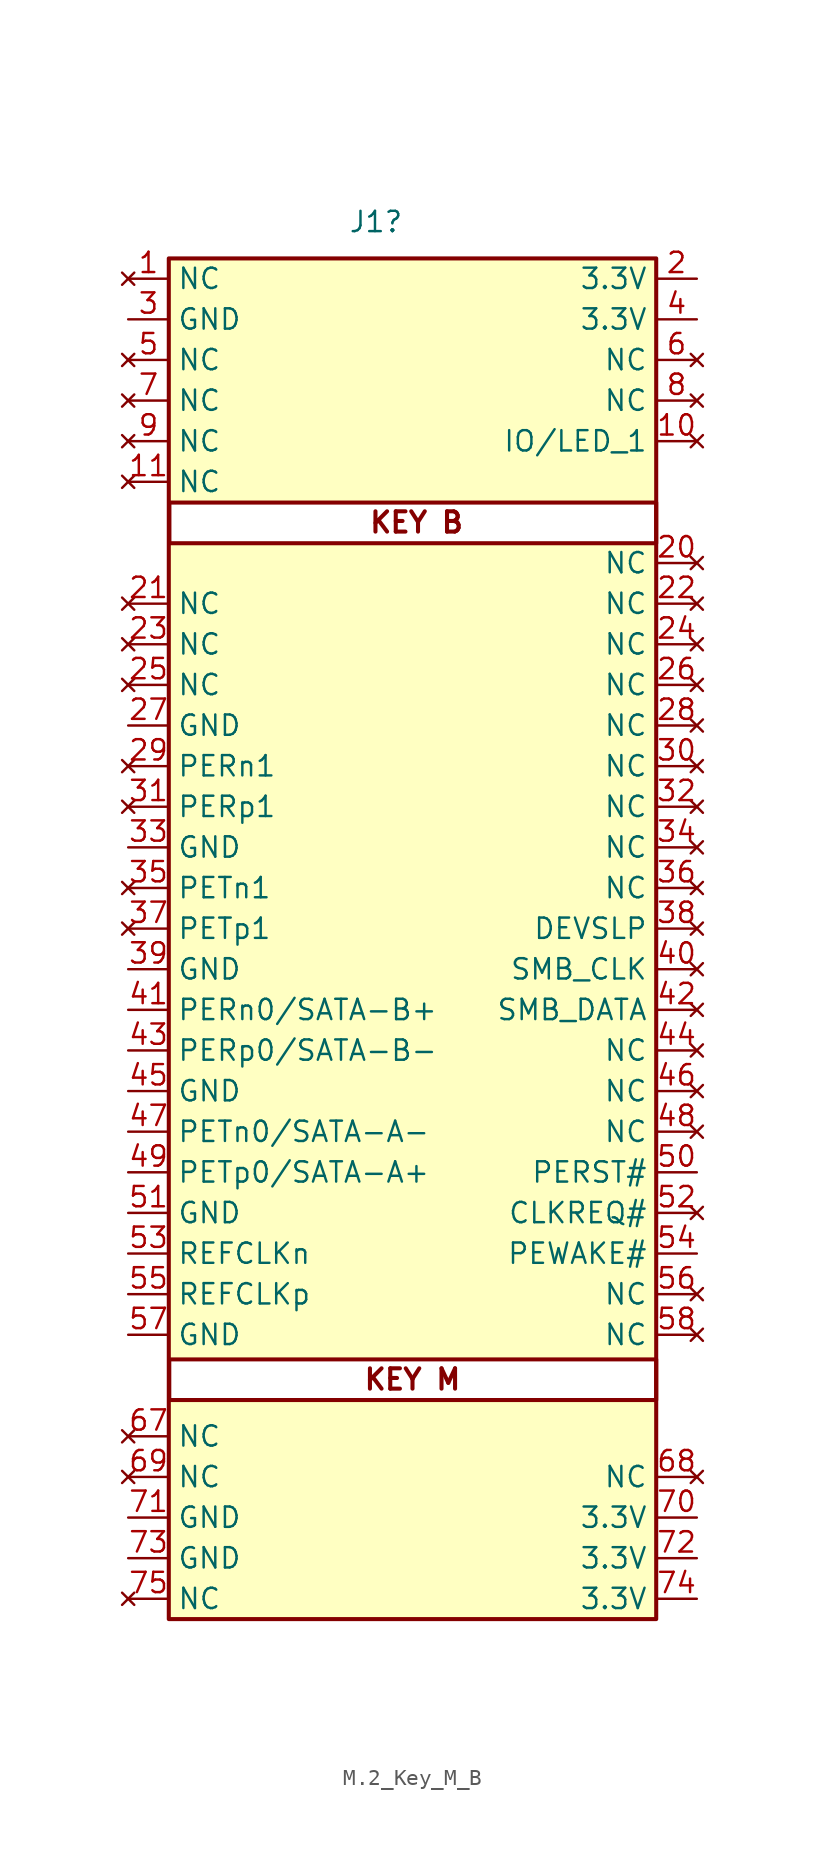
<source format=kicad_sym>
(kicad_symbol_lib
  (version 20241209)
  (generator "kicad_symbol_editor")
  (generator_version "9.0")
  (symbol "M.2_Key_M_B"
    (property "Reference" "J1"
      (at 5.334 2.286 0)
      (effects (font (size 1.27 1.27))))
    (symbol "M.2_Key_M_B_0_1"
      (rectangle (start -7.62 0) (end 22.86 -85.09) (stroke (width 0.254) (type default)) (fill (type background))))
    (symbol "M.2_Key_M_B_1_1"
      (rectangle (start -7.59 -68.85) (end 22.86 -71.39) (stroke (width 0.254) (type solid)) (fill (type color) (color 255 255 255 1)))
      (rectangle (start -7.582 -15.27) (end 22.86 -17.81) (stroke (width 0.254) (type solid)) (fill (type color) (color 255 255 255 1)))
      (text "KEY M" (at 7.62 -70.104 0) (effects (font (size 1.27 1.27) (thickness 0.254) (bold yes))))
      (text "KEY B" (at 7.874 -16.51 0) (effects (font (size 1.27 1.27) (thickness 0.254) (bold yes))))
      (pin no_connect line (at -10.16 -1.27 0) (length 2.54) (name "NC" (effects (font (size 1.27 1.27)))) (number "1" (effects (font (size 1.27 1.27)))))
      (pin power_out line (at -10.16 -3.81 0) (length 2.54) (name "GND" (effects (font (size 1.27 1.27)))) (number "3" (effects (font (size 1.27 1.27)))))
      (pin no_connect line (at -10.16 -6.35 0) (length 2.54) (name "NC" (effects (font (size 1.27 1.27)))) (number "5" (effects (font (size 1.27 1.27)))))
      (pin no_connect line (at -10.16 -8.89 0) (length 2.54) (name "NC" (effects (font (size 1.27 1.27)))) (number "7" (effects (font (size 1.27 1.27)))))
      (pin no_connect line (at -10.16 -11.43 0) (length 2.54) (name "NC" (effects (font (size 1.27 1.27)))) (number "9" (effects (font (size 1.27 1.27)))))
      (pin no_connect line (at -10.16 -13.97 0) (length 2.54) (name "NC" (effects (font (size 1.27 1.27)))) (number "11" (effects (font (size 1.27 1.27)))))
      (pin no_connect line (at -10.16 -21.59 0) (length 2.54) (name "NC" (effects (font (size 1.27 1.27)))) (number "21" (effects (font (size 1.27 1.27)))))
      (pin no_connect line (at -10.16 -24.13 0) (length 2.54) (name "NC" (effects (font (size 1.27 1.27)))) (number "23" (effects (font (size 1.27 1.27)))))
      (pin no_connect line (at -10.16 -26.67 0) (length 2.54) (name "NC" (effects (font (size 1.27 1.27)))) (number "25" (effects (font (size 1.27 1.27)))))
      (pin power_out line (at -10.16 -29.21 0) (length 2.54) (name "GND" (effects (font (size 1.27 1.27)))) (number "27" (effects (font (size 1.27 1.27)))))
      (pin no_connect line (at -10.16 -31.75 0) (length 2.54) (name "PERn1" (effects (font (size 1.27 1.27)))) (number "29" (effects (font (size 1.27 1.27)))))
      (pin no_connect line (at -10.16 -34.29 0) (length 2.54) (name "PERp1" (effects (font (size 1.27 1.27)))) (number "31" (effects (font (size 1.27 1.27)))))
      (pin power_out line (at -10.16 -36.83 0) (length 2.54) (name "GND" (effects (font (size 1.27 1.27)))) (number "33" (effects (font (size 1.27 1.27)))))
      (pin no_connect line (at -10.16 -39.37 0) (length 2.54) (name "PETn1" (effects (font (size 1.27 1.27)))) (number "35" (effects (font (size 1.27 1.27)))))
      (pin no_connect line (at -10.16 -41.91 0) (length 2.54) (name "PETp1" (effects (font (size 1.27 1.27)))) (number "37" (effects (font (size 1.27 1.27)))))
      (pin power_out line (at -10.16 -44.45 0) (length 2.54) (name "GND" (effects (font (size 1.27 1.27)))) (number "39" (effects (font (size 1.27 1.27)))))
      (pin bidirectional line (at -10.16 -46.99 0) (length 2.54) (name "PERn0/SATA-B+" (effects (font (size 1.27 1.27)))) (number "41" (effects (font (size 1.27 1.27)))))
      (pin bidirectional line (at -10.16 -49.53 0) (length 2.54) (name "PERp0/SATA-B-" (effects (font (size 1.27 1.27)))) (number "43" (effects (font (size 1.27 1.27)))))
      (pin power_out line (at -10.16 -52.07 0) (length 2.54) (name "GND" (effects (font (size 1.27 1.27)))) (number "45" (effects (font (size 1.27 1.27)))))
      (pin bidirectional line (at -10.16 -54.61 0) (length 2.54) (name "PETn0/SATA-A-" (effects (font (size 1.27 1.27)))) (number "47" (effects (font (size 1.27 1.27)))))
      (pin bidirectional line (at -10.16 -57.15 0) (length 2.54) (name "PETp0/SATA-A+" (effects (font (size 1.27 1.27)))) (number "49" (effects (font (size 1.27 1.27)))))
      (pin power_out line (at -10.16 -59.69 0) (length 2.54) (name "GND" (effects (font (size 1.27 1.27)))) (number "51" (effects (font (size 1.27 1.27)))))
      (pin bidirectional line (at -10.16 -62.23 0) (length 2.54) (name "REFCLKn" (effects (font (size 1.27 1.27)))) (number "53" (effects (font (size 1.27 1.27)))))
      (pin bidirectional line (at -10.16 -64.77 0) (length 2.54) (name "REFCLKp" (effects (font (size 1.27 1.27)))) (number "55" (effects (font (size 1.27 1.27)))))
      (pin power_out line (at -10.16 -67.31 0) (length 2.54) (name "GND" (effects (font (size 1.27 1.27)))) (number "57" (effects (font (size 1.27 1.27)))))
      (pin no_connect line (at -10.16 -73.66 0) (length 2.54) (name "NC" (effects (font (size 1.27 1.27)))) (number "67" (effects (font (size 1.27 1.27)))))
      (pin no_connect line (at -10.16 -76.2 0) (length 2.54) (name "NC" (effects (font (size 1.27 1.27)))) (number "69" (effects (font (size 1.27 1.27)))))
      (pin power_out line (at -10.16 -78.74 0) (length 2.54) (name "GND" (effects (font (size 1.27 1.27)))) (number "71" (effects (font (size 1.27 1.27)))))
      (pin power_out line (at -10.16 -81.28 0) (length 2.54) (name "GND" (effects (font (size 1.27 1.27)))) (number "73" (effects (font (size 1.27 1.27)))))
      (pin no_connect line (at -10.16 -83.82 0) (length 2.54) (name "NC" (effects (font (size 1.27 1.27)))) (number "75" (effects (font (size 1.27 1.27)))))
      (pin power_out line (at 25.4 -1.27 180) (length 2.54) (name "3.3V" (effects (font (size 1.27 1.27)))) (number "2" (effects (font (size 1.27 1.27)))))
      (pin power_out line (at 25.4 -3.81 180) (length 2.54) (name "3.3V" (effects (font (size 1.27 1.27)))) (number "4" (effects (font (size 1.27 1.27)))))
      (pin no_connect line (at 25.4 -6.35 180) (length 2.54) (name "NC" (effects (font (size 1.27 1.27)))) (number "6" (effects (font (size 1.27 1.27)))))
      (pin no_connect line (at 25.4 -8.89 180) (length 2.54) (name "NC" (effects (font (size 1.27 1.27)))) (number "8" (effects (font (size 1.27 1.27)))))
      (pin no_connect line (at 25.4 -11.43 180) (length 2.54) (name "IO/LED_1" (effects (font (size 1.27 1.27)))) (number "10" (effects (font (size 1.27 1.27)))))
      (pin no_connect line (at 25.4 -19.05 180) (length 2.54) (name "NC" (effects (font (size 1.27 1.27)))) (number "20" (effects (font (size 1.27 1.27)))))
      (pin no_connect line (at 25.4 -21.59 180) (length 2.54) (name "NC" (effects (font (size 1.27 1.27)))) (number "22" (effects (font (size 1.27 1.27)))))
      (pin no_connect line (at 25.4 -24.13 180) (length 2.54) (name "NC" (effects (font (size 1.27 1.27)))) (number "24" (effects (font (size 1.27 1.27)))))
      (pin no_connect line (at 25.4 -26.67 180) (length 2.54) (name "NC" (effects (font (size 1.27 1.27)))) (number "26" (effects (font (size 1.27 1.27)))))
      (pin no_connect line (at 25.4 -29.21 180) (length 2.54) (name "NC" (effects (font (size 1.27 1.27)))) (number "28" (effects (font (size 1.27 1.27)))))
      (pin no_connect line (at 25.4 -31.75 180) (length 2.54) (name "NC" (effects (font (size 1.27 1.27)))) (number "30" (effects (font (size 1.27 1.27)))))
      (pin no_connect line (at 25.4 -34.29 180) (length 2.54) (name "NC" (effects (font (size 1.27 1.27)))) (number "32" (effects (font (size 1.27 1.27)))))
      (pin no_connect line (at 25.4 -36.83 180) (length 2.54) (name "NC" (effects (font (size 1.27 1.27)))) (number "34" (effects (font (size 1.27 1.27)))))
      (pin no_connect line (at 25.4 -39.37 180) (length 2.54) (name "NC" (effects (font (size 1.27 1.27)))) (number "36" (effects (font (size 1.27 1.27)))))
      (pin no_connect line (at 25.4 -41.91 180) (length 2.54) (name "DEVSLP" (effects (font (size 1.27 1.27)))) (number "38" (effects (font (size 1.27 1.27)))))
      (pin no_connect line (at 25.4 -44.45 180) (length 2.54) (name "SMB_CLK" (effects (font (size 1.27 1.27)))) (number "40" (effects (font (size 1.27 1.27)))))
      (pin no_connect line (at 25.4 -46.99 180) (length 2.54) (name "SMB_DATA" (effects (font (size 1.27 1.27)))) (number "42" (effects (font (size 1.27 1.27)))))
      (pin no_connect line (at 25.4 -49.53 180) (length 2.54) (name "NC" (effects (font (size 1.27 1.27)))) (number "44" (effects (font (size 1.27 1.27)))))
      (pin no_connect line (at 25.4 -52.07 180) (length 2.54) (name "NC" (effects (font (size 1.27 1.27)))) (number "46" (effects (font (size 1.27 1.27)))))
      (pin no_connect line (at 25.4 -54.61 180) (length 2.54) (name "NC" (effects (font (size 1.27 1.27)))) (number "48" (effects (font (size 1.27 1.27)))))
      (pin bidirectional line (at 25.4 -57.15 180) (length 2.54) (name "PERST#" (effects (font (size 1.27 1.27)))) (number "50" (effects (font (size 1.27 1.27)))))
      (pin no_connect line (at 25.4 -59.69 180) (length 2.54) (name "CLKREQ#" (effects (font (size 1.27 1.27)))) (number "52" (effects (font (size 1.27 1.27)))))
      (pin bidirectional line (at 25.4 -62.23 180) (length 2.54) (name "PEWAKE#" (effects (font (size 1.27 1.27)))) (number "54" (effects (font (size 1.27 1.27)))))
      (pin no_connect line (at 25.4 -64.77 180) (length 2.54) (name "NC" (effects (font (size 1.27 1.27)))) (number "56" (effects (font (size 1.27 1.27)))))
      (pin no_connect line (at 25.4 -67.31 180) (length 2.54) (name "NC" (effects (font (size 1.27 1.27)))) (number "58" (effects (font (size 1.27 1.27)))))
      (pin no_connect line (at 25.4 -76.2 180) (length 2.54) (name "NC" (effects (font (size 1.27 1.27)))) (number "68" (effects (font (size 1.27 1.27)))))
      (pin power_out line (at 25.4 -78.74 180) (length 2.54) (name "3.3V" (effects (font (size 1.27 1.27)))) (number "70" (effects (font (size 1.27 1.27)))))
      (pin power_out line (at 25.4 -81.28 180) (length 2.54) (name "3.3V" (effects (font (size 1.27 1.27)))) (number "72" (effects (font (size 1.27 1.27)))))
      (pin power_out line (at 25.4 -83.82 180) (length 2.54) (name "3.3V" (effects (font (size 1.27 1.27)))) (number "74" (effects (font (size 1.27 1.27))))))))
</source>
